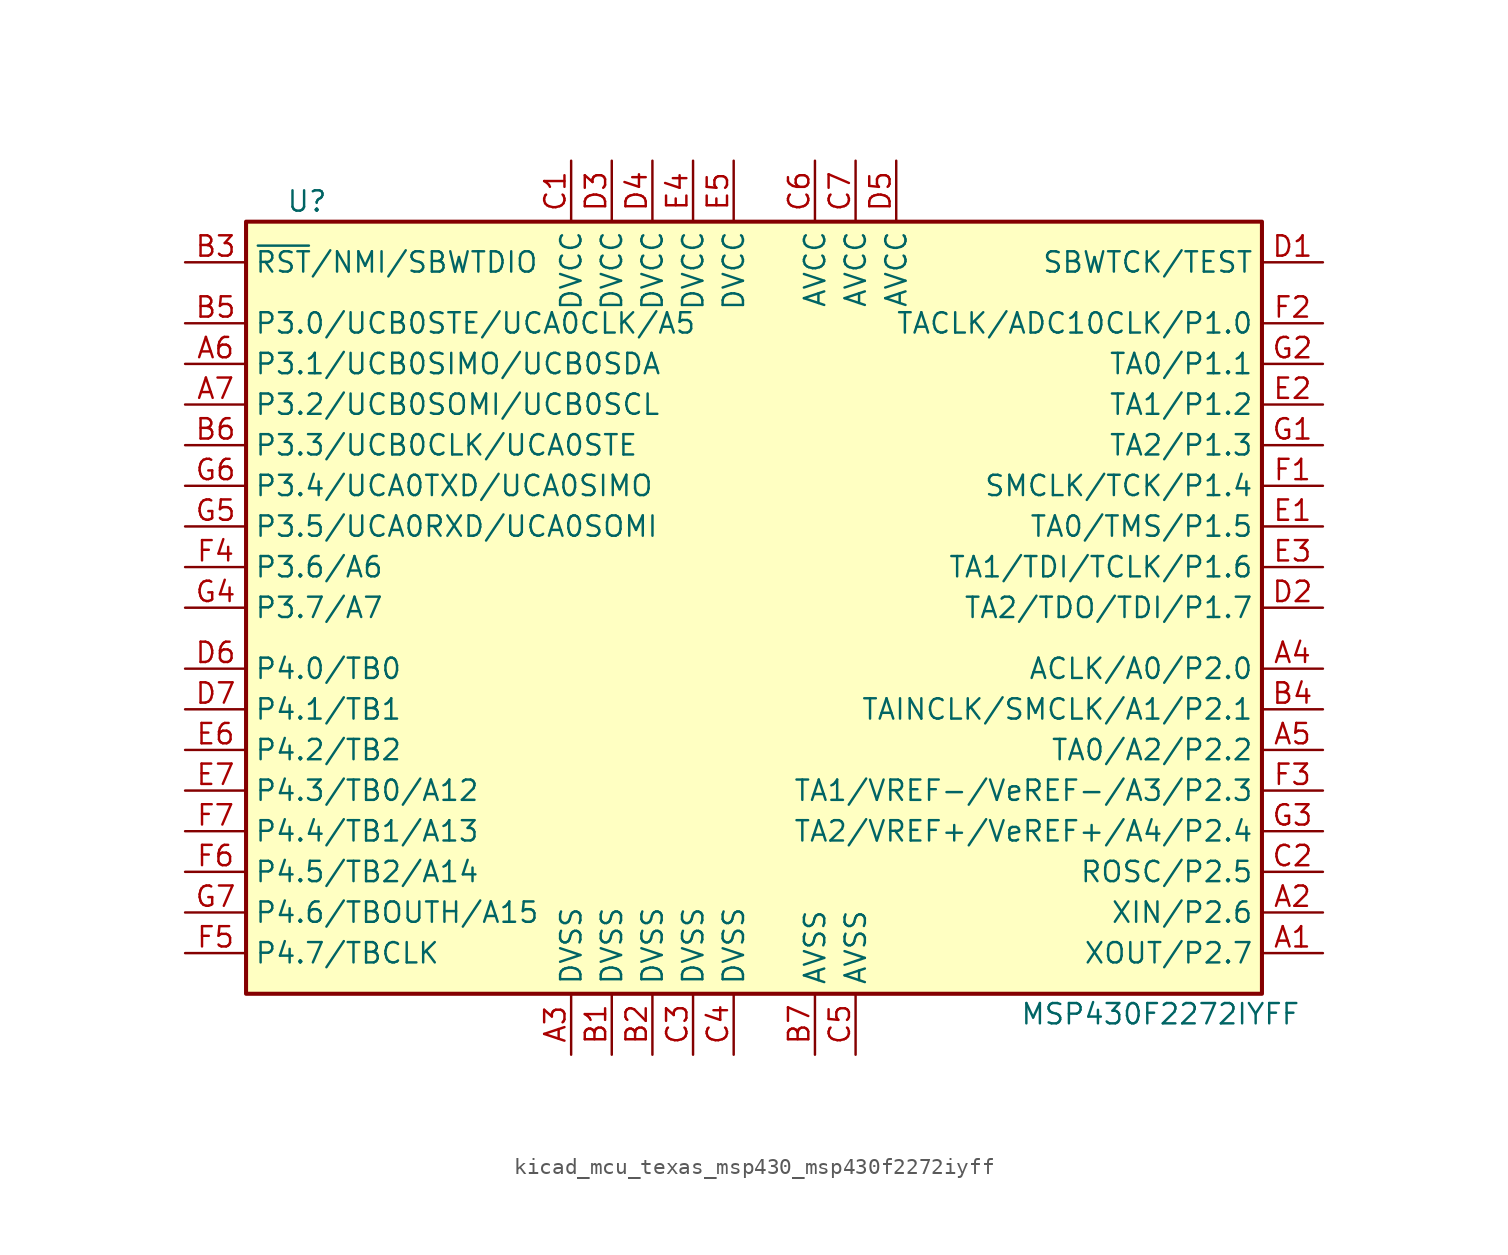
<source format=kicad_sym>
(kicad_symbol_lib
  (version 20220914)
  (generator kicad_symbol_editor)
  (symbol "kicad_mcu_texas_msp430_msp430f2272iyff"
    (property "Reference" "U"
      (at -29.21 25.4 0)
      (effects (font (size 1.27 1.27))))
    (property "Value" "MSP430F2272IYFF"
      (at 24.13 -25.4 0)
      (effects (font (size 1.27 1.27))))
    (symbol "kicad_mcu_texas_msp430_msp430f2272iyff_0_1"
      (rectangle (start -33.02 24.13) (end 30.48 -24.13) (stroke (width 0.254) (type default)) (fill (type background))))
    (symbol "kicad_mcu_texas_msp430_msp430f2272iyff_1_1"
      (pin bidirectional line (at 34.29 -21.59 180) (length 3.81) (name "XOUT/P2.7" (effects (font (size 1.27 1.27)))) (number "A1" (effects (font (size 1.27 1.27)))))
      (pin bidirectional line (at 34.29 -19.05 180) (length 3.81) (name "XIN/P2.6" (effects (font (size 1.27 1.27)))) (number "A2" (effects (font (size 1.27 1.27)))))
      (pin power_in line (at -12.7 -27.94 90) (length 3.81) (name "DVSS" (effects (font (size 1.27 1.27)))) (number "A3" (effects (font (size 1.27 1.27)))))
      (pin bidirectional line (at 34.29 -3.81 180) (length 3.81) (name "ACLK/A0/P2.0" (effects (font (size 1.27 1.27)))) (number "A4" (effects (font (size 1.27 1.27)))))
      (pin bidirectional line (at 34.29 -8.89 180) (length 3.81) (name "TA0/A2/P2.2" (effects (font (size 1.27 1.27)))) (number "A5" (effects (font (size 1.27 1.27)))))
      (pin bidirectional line (at -36.83 15.24 0) (length 3.81) (name "P3.1/UCB0SIMO/UCB0SDA" (effects (font (size 1.27 1.27)))) (number "A6" (effects (font (size 1.27 1.27)))))
      (pin bidirectional line (at -36.83 12.7 0) (length 3.81) (name "P3.2/UCB0SOMI/UCB0SCL" (effects (font (size 1.27 1.27)))) (number "A7" (effects (font (size 1.27 1.27)))))
      (pin power_in line (at -10.16 -27.94 90) (length 3.81) (name "DVSS" (effects (font (size 1.27 1.27)))) (number "B1" (effects (font (size 1.27 1.27)))))
      (pin power_in line (at -7.62 -27.94 90) (length 3.81) (name "DVSS" (effects (font (size 1.27 1.27)))) (number "B2" (effects (font (size 1.27 1.27)))))
      (pin input line (at -36.83 21.59 0) (length 3.81) (name "~{RST}/NMI/SBWTDIO" (effects (font (size 1.27 1.27)))) (number "B3" (effects (font (size 1.27 1.27)))))
      (pin bidirectional line (at 34.29 -6.35 180) (length 3.81) (name "TAINCLK/SMCLK/A1/P2.1" (effects (font (size 1.27 1.27)))) (number "B4" (effects (font (size 1.27 1.27)))))
      (pin bidirectional line (at -36.83 17.78 0) (length 3.81) (name "P3.0/UCB0STE/UCA0CLK/A5" (effects (font (size 1.27 1.27)))) (number "B5" (effects (font (size 1.27 1.27)))))
      (pin bidirectional line (at -36.83 10.16 0) (length 3.81) (name "P3.3/UCB0CLK/UCA0STE" (effects (font (size 1.27 1.27)))) (number "B6" (effects (font (size 1.27 1.27)))))
      (pin power_in line (at 2.54 -27.94 90) (length 3.81) (name "AVSS" (effects (font (size 1.27 1.27)))) (number "B7" (effects (font (size 1.27 1.27)))))
      (pin power_in line (at -12.7 27.94 270) (length 3.81) (name "DVCC" (effects (font (size 1.27 1.27)))) (number "C1" (effects (font (size 1.27 1.27)))))
      (pin bidirectional line (at 34.29 -16.51 180) (length 3.81) (name "ROSC/P2.5" (effects (font (size 1.27 1.27)))) (number "C2" (effects (font (size 1.27 1.27)))))
      (pin power_in line (at -5.08 -27.94 90) (length 3.81) (name "DVSS" (effects (font (size 1.27 1.27)))) (number "C3" (effects (font (size 1.27 1.27)))))
      (pin power_in line (at -2.54 -27.94 90) (length 3.81) (name "DVSS" (effects (font (size 1.27 1.27)))) (number "C4" (effects (font (size 1.27 1.27)))))
      (pin power_in line (at 5.08 -27.94 90) (length 3.81) (name "AVSS" (effects (font (size 1.27 1.27)))) (number "C5" (effects (font (size 1.27 1.27)))))
      (pin power_in line (at 2.54 27.94 270) (length 3.81) (name "AVCC" (effects (font (size 1.27 1.27)))) (number "C6" (effects (font (size 1.27 1.27)))))
      (pin power_in line (at 5.08 27.94 270) (length 3.81) (name "AVCC" (effects (font (size 1.27 1.27)))) (number "C7" (effects (font (size 1.27 1.27)))))
      (pin input line (at 34.29 21.59 180) (length 3.81) (name "SBWTCK/TEST" (effects (font (size 1.27 1.27)))) (number "D1" (effects (font (size 1.27 1.27)))))
      (pin bidirectional line (at 34.29 0 180) (length 3.81) (name "TA2/TDO/TDI/P1.7" (effects (font (size 1.27 1.27)))) (number "D2" (effects (font (size 1.27 1.27)))))
      (pin power_in line (at -10.16 27.94 270) (length 3.81) (name "DVCC" (effects (font (size 1.27 1.27)))) (number "D3" (effects (font (size 1.27 1.27)))))
      (pin power_in line (at -7.62 27.94 270) (length 3.81) (name "DVCC" (effects (font (size 1.27 1.27)))) (number "D4" (effects (font (size 1.27 1.27)))))
      (pin power_in line (at 7.62 27.94 270) (length 3.81) (name "AVCC" (effects (font (size 1.27 1.27)))) (number "D5" (effects (font (size 1.27 1.27)))))
      (pin bidirectional line (at -36.83 -3.81 0) (length 3.81) (name "P4.0/TB0" (effects (font (size 1.27 1.27)))) (number "D6" (effects (font (size 1.27 1.27)))))
      (pin bidirectional line (at -36.83 -6.35 0) (length 3.81) (name "P4.1/TB1" (effects (font (size 1.27 1.27)))) (number "D7" (effects (font (size 1.27 1.27)))))
      (pin bidirectional line (at 34.29 5.08 180) (length 3.81) (name "TA0/TMS/P1.5" (effects (font (size 1.27 1.27)))) (number "E1" (effects (font (size 1.27 1.27)))))
      (pin bidirectional line (at 34.29 12.7 180) (length 3.81) (name "TA1/P1.2" (effects (font (size 1.27 1.27)))) (number "E2" (effects (font (size 1.27 1.27)))))
      (pin bidirectional line (at 34.29 2.54 180) (length 3.81) (name "TA1/TDI/TCLK/P1.6" (effects (font (size 1.27 1.27)))) (number "E3" (effects (font (size 1.27 1.27)))))
      (pin power_in line (at -5.08 27.94 270) (length 3.81) (name "DVCC" (effects (font (size 1.27 1.27)))) (number "E4" (effects (font (size 1.27 1.27)))))
      (pin power_in line (at -2.54 27.94 270) (length 3.81) (name "DVCC" (effects (font (size 1.27 1.27)))) (number "E5" (effects (font (size 1.27 1.27)))))
      (pin bidirectional line (at -36.83 -8.89 0) (length 3.81) (name "P4.2/TB2" (effects (font (size 1.27 1.27)))) (number "E6" (effects (font (size 1.27 1.27)))))
      (pin bidirectional line (at -36.83 -11.43 0) (length 3.81) (name "P4.3/TB0/A12" (effects (font (size 1.27 1.27)))) (number "E7" (effects (font (size 1.27 1.27)))))
      (pin bidirectional line (at 34.29 7.62 180) (length 3.81) (name "SMCLK/TCK/P1.4" (effects (font (size 1.27 1.27)))) (number "F1" (effects (font (size 1.27 1.27)))))
      (pin bidirectional line (at 34.29 17.78 180) (length 3.81) (name "TACLK/ADC10CLK/P1.0" (effects (font (size 1.27 1.27)))) (number "F2" (effects (font (size 1.27 1.27)))))
      (pin bidirectional line (at 34.29 -11.43 180) (length 3.81) (name "TA1/VREF-/VeREF-/A3/P2.3" (effects (font (size 1.27 1.27)))) (number "F3" (effects (font (size 1.27 1.27)))))
      (pin bidirectional line (at -36.83 2.54 0) (length 3.81) (name "P3.6/A6" (effects (font (size 1.27 1.27)))) (number "F4" (effects (font (size 1.27 1.27)))))
      (pin bidirectional line (at -36.83 -21.59 0) (length 3.81) (name "P4.7/TBCLK" (effects (font (size 1.27 1.27)))) (number "F5" (effects (font (size 1.27 1.27)))))
      (pin bidirectional line (at -36.83 -16.51 0) (length 3.81) (name "P4.5/TB2/A14" (effects (font (size 1.27 1.27)))) (number "F6" (effects (font (size 1.27 1.27)))))
      (pin bidirectional line (at -36.83 -13.97 0) (length 3.81) (name "P4.4/TB1/A13" (effects (font (size 1.27 1.27)))) (number "F7" (effects (font (size 1.27 1.27)))))
      (pin bidirectional line (at 34.29 10.16 180) (length 3.81) (name "TA2/P1.3" (effects (font (size 1.27 1.27)))) (number "G1" (effects (font (size 1.27 1.27)))))
      (pin bidirectional line (at 34.29 15.24 180) (length 3.81) (name "TA0/P1.1" (effects (font (size 1.27 1.27)))) (number "G2" (effects (font (size 1.27 1.27)))))
      (pin bidirectional line (at 34.29 -13.97 180) (length 3.81) (name "TA2/VREF+/VeREF+/A4/P2.4" (effects (font (size 1.27 1.27)))) (number "G3" (effects (font (size 1.27 1.27)))))
      (pin bidirectional line (at -36.83 0 0) (length 3.81) (name "P3.7/A7" (effects (font (size 1.27 1.27)))) (number "G4" (effects (font (size 1.27 1.27)))))
      (pin bidirectional line (at -36.83 5.08 0) (length 3.81) (name "P3.5/UCA0RXD/UCA0SOMI" (effects (font (size 1.27 1.27)))) (number "G5" (effects (font (size 1.27 1.27)))))
      (pin bidirectional line (at -36.83 7.62 0) (length 3.81) (name "P3.4/UCA0TXD/UCA0SIMO" (effects (font (size 1.27 1.27)))) (number "G6" (effects (font (size 1.27 1.27)))))
      (pin bidirectional line (at -36.83 -19.05 0) (length 3.81) (name "P4.6/TBOUTH/A15" (effects (font (size 1.27 1.27)))) (number "G7" (effects (font (size 1.27 1.27))))))))
</source>
